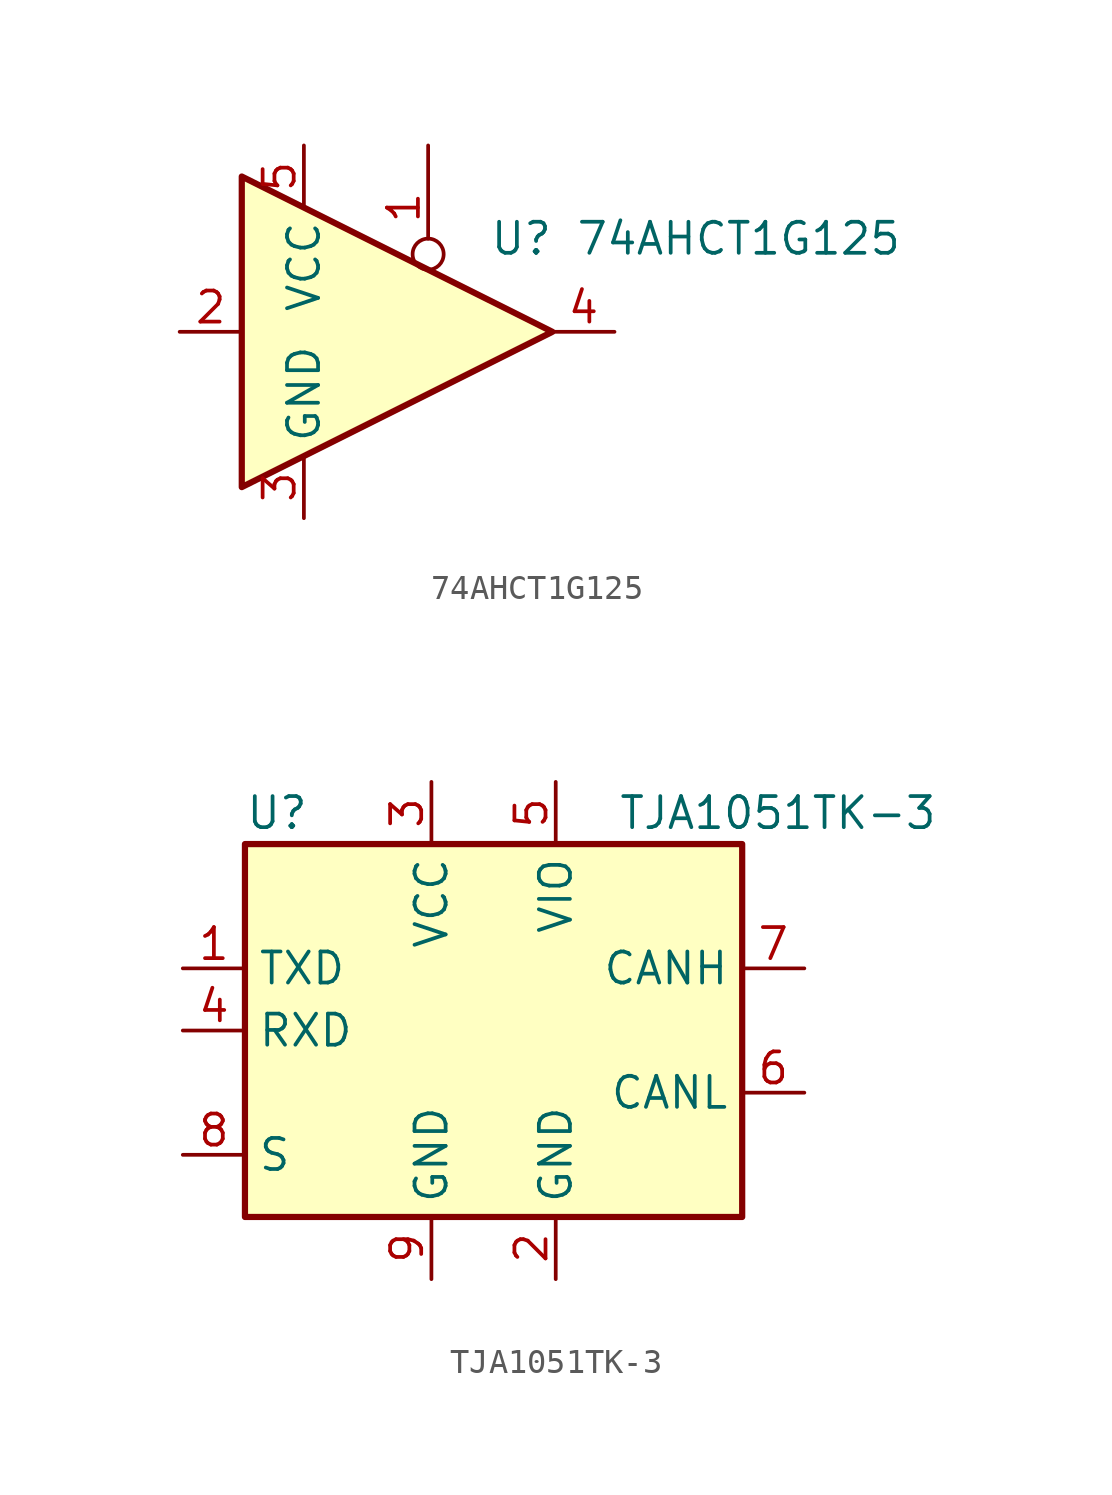
<source format=kicad_sym>
(kicad_symbol_lib
  (version 20241209)
  (generator "kicad_symbol_editor")
  (generator_version "9.0")
  (symbol "74AHCT1G125"
    (property "Reference" "U"
      (at 3.81 3.81 0)
      (effects (font (size 1.27 1.27))))
    (property "Value" "74AHCT1G125"
      (at 12.7 3.81 0)
      (effects (font (size 1.27 1.27))))
    (symbol "74AHCT1G125_0_1"
      (polyline (pts (xy -7.62 6.35) (xy -7.62 -6.35) (xy 5.08 0) (xy -7.62 6.35)) (stroke (width 0.254) (type default)) (fill (type background))))
    (symbol "74AHCT1G125_1_1"
      (pin input line (at -10.16 0 0) (length 2.54) (name "~" (effects (font (size 1.27 1.27)))) (number "2" (effects (font (size 1.27 1.27)))))
      (pin power_in line (at -5.08 7.62 270) (length 2.54) (name "VCC" (effects (font (size 1.27 1.27)))) (number "5" (effects (font (size 1.27 1.27)))))
      (pin power_in line (at -5.08 -7.62 90) (length 2.54) (name "GND" (effects (font (size 1.27 1.27)))) (number "3" (effects (font (size 1.27 1.27)))))
      (pin input inverted (at 0 7.62 270) (length 5.08) (name "~" (effects (font (size 1.27 1.27)))) (number "1" (effects (font (size 1.27 1.27)))))
      (pin tri_state line (at 7.62 0 180) (length 2.54) (name "~" (effects (font (size 1.27 1.27)))) (number "4" (effects (font (size 1.27 1.27)))))))
  (symbol "TJA1051TK-3"
    (property "Reference" "U"
      (at -10.16 8.89 0)
      (effects (font (size 1.27 1.27)) (justify left)))
    (property "Value" "TJA1051TK-3"
      (at 5.08 8.89 0)
      (effects (font (size 1.27 1.27)) (justify left)))
    (symbol "TJA1051TK-3_0_1"
      (rectangle (start -10.16 7.62) (end 10.16 -7.62) (stroke (width 0.254) (type default)) (fill (type background))))
    (symbol "TJA1051TK-3_1_1"
      (pin input line (at -12.7 2.54 0) (length 2.54) (name "TXD" (effects (font (size 1.27 1.27)))) (number "1" (effects (font (size 1.27 1.27)))))
      (pin output line (at -12.7 0 0) (length 2.54) (name "RXD" (effects (font (size 1.27 1.27)))) (number "4" (effects (font (size 1.27 1.27)))))
      (pin input line (at -12.7 -5.08 0) (length 2.54) (name "S" (effects (font (size 1.27 1.27)))) (number "8" (effects (font (size 1.27 1.27)))))
      (pin power_in line (at -2.54 10.16 270) (length 2.54) (name "VCC" (effects (font (size 1.27 1.27)))) (number "3" (effects (font (size 1.27 1.27)))))
      (pin passive line (at -2.54 -10.16 90) (length 2.54) (name "GND" (effects (font (size 1.27 1.27)))) (number "9" (effects (font (size 1.27 1.27)))))
      (pin power_in line (at 2.54 10.16 270) (length 2.54) (name "VIO" (effects (font (size 1.27 1.27)))) (number "5" (effects (font (size 1.27 1.27)))))
      (pin power_in line (at 2.54 -10.16 90) (length 2.54) (name "GND" (effects (font (size 1.27 1.27)))) (number "2" (effects (font (size 1.27 1.27)))))
      (pin bidirectional line (at 12.7 2.54 180) (length 2.54) (name "CANH" (effects (font (size 1.27 1.27)))) (number "7" (effects (font (size 1.27 1.27)))))
      (pin bidirectional line (at 12.7 -2.54 180) (length 2.54) (name "CANL" (effects (font (size 1.27 1.27)))) (number "6" (effects (font (size 1.27 1.27))))))))
</source>
